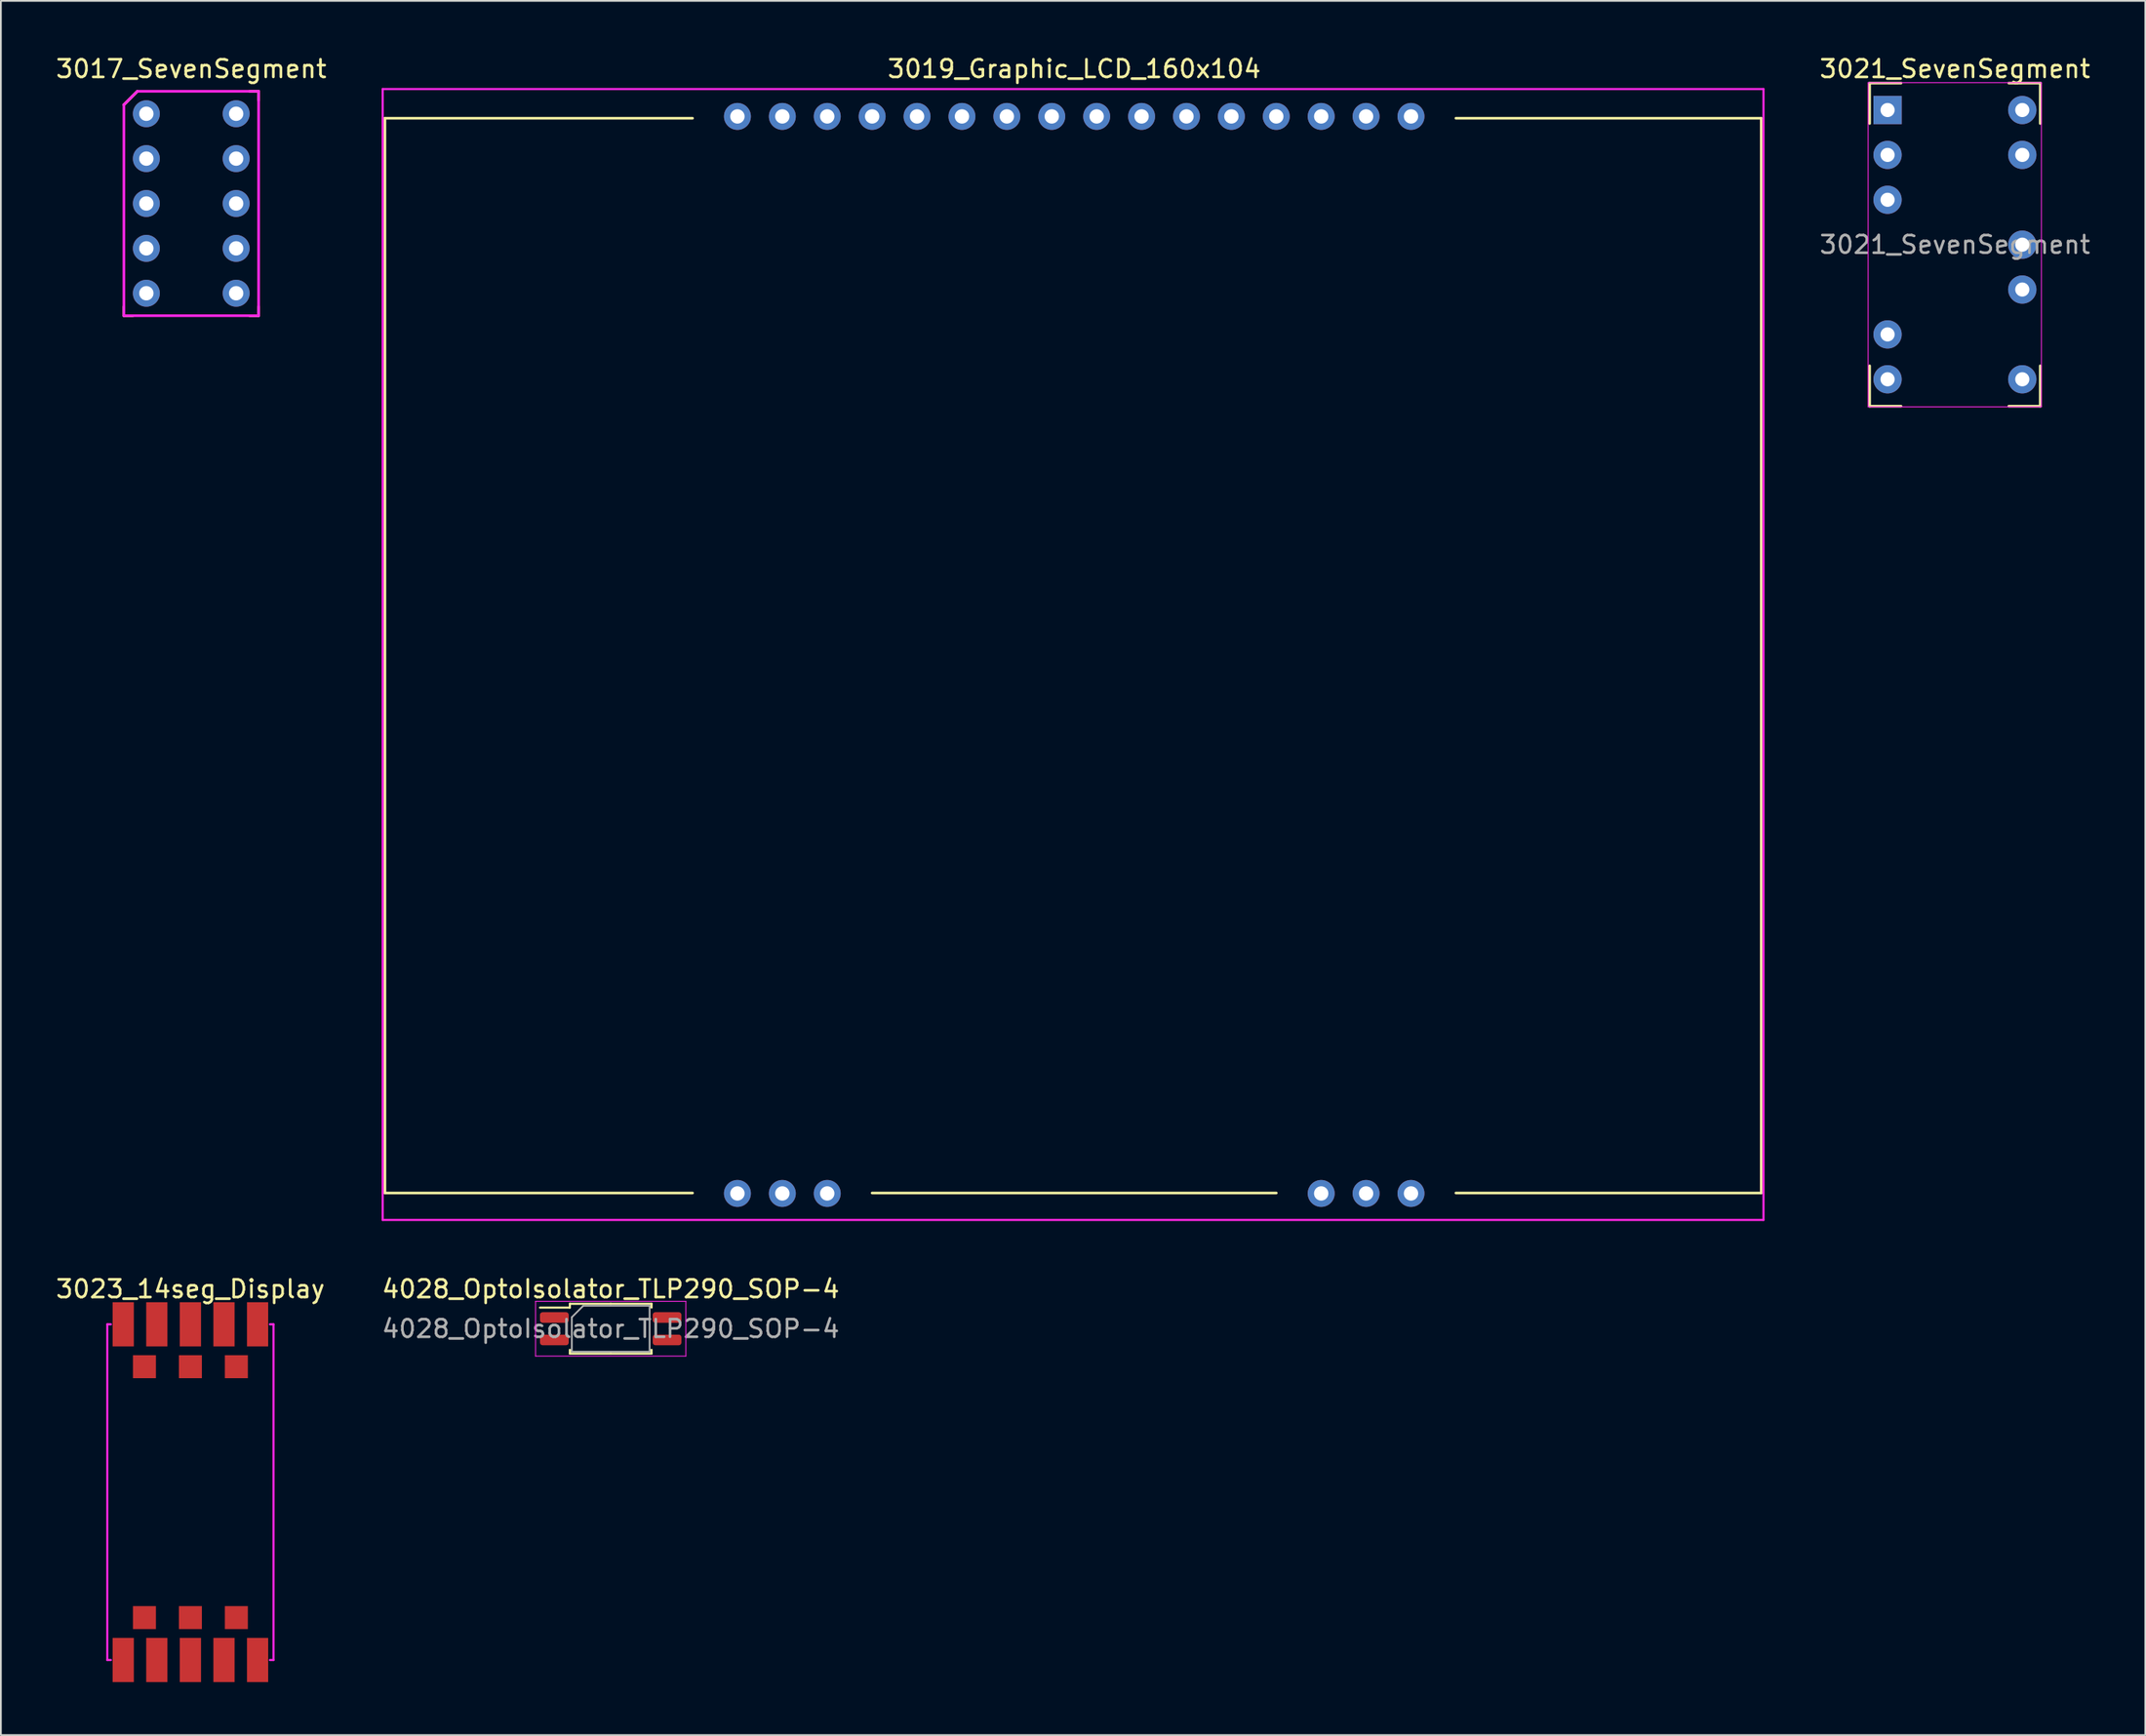
<source format=kicad_pcb>
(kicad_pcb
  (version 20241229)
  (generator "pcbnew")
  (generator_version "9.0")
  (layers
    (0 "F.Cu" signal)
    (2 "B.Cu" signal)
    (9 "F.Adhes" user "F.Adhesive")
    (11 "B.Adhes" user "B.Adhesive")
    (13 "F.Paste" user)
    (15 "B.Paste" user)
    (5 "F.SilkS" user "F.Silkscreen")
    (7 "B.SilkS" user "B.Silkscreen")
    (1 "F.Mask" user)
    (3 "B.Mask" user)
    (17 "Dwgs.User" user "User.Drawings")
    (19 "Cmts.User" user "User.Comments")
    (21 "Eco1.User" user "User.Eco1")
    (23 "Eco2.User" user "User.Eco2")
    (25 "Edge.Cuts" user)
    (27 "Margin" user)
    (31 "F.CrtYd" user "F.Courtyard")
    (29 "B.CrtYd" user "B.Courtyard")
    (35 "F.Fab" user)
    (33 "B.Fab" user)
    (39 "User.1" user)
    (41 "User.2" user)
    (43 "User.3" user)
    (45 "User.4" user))
  (footprint "3017_SevenSegment"
    (layer "F.Cu")
    (at 7.768 8.468)
    (property "Reference" "3017_SevenSegment" (at 0 -7.62 0) (layer "F.SilkS") (effects (font (size 1 1) (thickness 0.15))))
    (attr through_hole)
    (fp_line (start -3.81 -5.588) (end -3.048 -6.35) (stroke (width 0.15) (type solid)) (layer "F.SilkS"))
    (fp_line (start -3.81 6.35) (end -3.81 5.842) (stroke (width 0.15) (type solid)) (layer "F.SilkS"))
    (fp_line (start -3.302 6.35) (end -3.81 6.35) (stroke (width 0.15) (type solid)) (layer "F.SilkS"))
    (fp_line (start 3.302 -6.35) (end 3.81 -6.35) (stroke (width 0.15) (type solid)) (layer "F.SilkS"))
    (fp_line (start 3.302 6.35) (end 3.81 6.35) (stroke (width 0.15) (type solid)) (layer "F.SilkS"))
    (fp_line (start 3.81 -6.35) (end 3.81 -5.842) (stroke (width 0.15) (type solid)) (layer "F.SilkS"))
    (fp_line (start 3.81 6.35) (end 3.81 5.842) (stroke (width 0.15) (type solid)) (layer "F.SilkS"))
    (fp_line (start -3.81 -5.588) (end -3.048 -6.35) (stroke (width 0.15) (type solid)) (layer "F.CrtYd"))
    (fp_line (start -3.81 6.35) (end -3.81 -5.588) (stroke (width 0.15) (type solid)) (layer "F.CrtYd"))
    (fp_line (start -3.048 -6.35) (end 3.81 -6.35) (stroke (width 0.15) (type solid)) (layer "F.CrtYd"))
    (fp_line (start 3.81 -6.35) (end 3.81 6.35) (stroke (width 0.15) (type solid)) (layer "F.CrtYd"))
    (fp_line (start 3.81 6.35) (end -3.81 6.35) (stroke (width 0.15) (type solid)) (layer "F.CrtYd"))
    (pad "1" thru_hole circle (at -2.54 -5.08) (size 1.524 1.524) (drill 0.813) (layers "*.Cu" "*.Mask"))
    (pad "2" thru_hole circle (at -2.54 -2.54) (size 1.524 1.524) (drill 0.813) (layers "*.Cu" "*.Mask"))
    (pad "3" thru_hole circle (at -2.54 0) (size 1.524 1.524) (drill 0.813) (layers "*.Cu" "*.Mask"))
    (pad "4" thru_hole circle (at -2.54 2.54) (size 1.524 1.524) (drill 0.813) (layers "*.Cu" "*.Mask"))
    (pad "5" thru_hole circle (at -2.54 5.08) (size 1.524 1.524) (drill 0.813) (layers "*.Cu" "*.Mask"))
    (pad "6" thru_hole circle (at 2.54 5.08) (size 1.524 1.524) (drill 0.813) (layers "*.Cu" "*.Mask"))
    (pad "7" thru_hole circle (at 2.54 2.54) (size 1.524 1.524) (drill 0.813) (layers "*.Cu" "*.Mask"))
    (pad "8" thru_hole circle (at 2.54 0) (size 1.524 1.524) (drill 0.813) (layers "*.Cu" "*.Mask"))
    (pad "9" thru_hole circle (at 2.54 -2.54) (size 1.524 1.524) (drill 0.813) (layers "*.Cu" "*.Mask"))
    (pad "10" thru_hole circle (at 2.54 -5.08) (size 1.524 1.524) (drill 0.813) (layers "*.Cu" "*.Mask")))
  (footprint "3021_SevenSegment"
    (layer "F.Cu")
    (at 103.719 3.178)
    (property "Reference" "3021_SevenSegment" (at 3.81 -2.33 0) (layer "F.SilkS") (effects (font (size 1 1) (thickness 0.15))))
    (attr through_hole)
    (fp_line (start -1.016 -1.524) (end -1.016 0.762) (stroke (width 0.15) (type solid)) (layer "F.SilkS"))
    (fp_line (start -1.016 -1.524) (end 0.762 -1.524) (stroke (width 0.15) (type solid)) (layer "F.SilkS"))
    (fp_line (start -1.016 14.478) (end -1.016 16.764) (stroke (width 0.15) (type solid)) (layer "F.SilkS"))
    (fp_line (start -1.016 16.764) (end 0.762 16.764) (stroke (width 0.15) (type solid)) (layer "F.SilkS"))
    (fp_line (start 6.858 -1.524) (end 8.636 -1.524) (stroke (width 0.15) (type solid)) (layer "F.SilkS"))
    (fp_line (start 8.636 -1.524) (end 8.636 0.762) (stroke (width 0.15) (type solid)) (layer "F.SilkS"))
    (fp_line (start 8.636 14.478) (end 8.636 16.764) (stroke (width 0.15) (type solid)) (layer "F.SilkS"))
    (fp_line (start 8.636 16.764) (end 6.858 16.764) (stroke (width 0.15) (type solid)) (layer "F.SilkS"))
    (fp_line (start -1.1 -1.55) (end -1.1 16.8) (stroke (width 0.05) (type solid)) (layer "F.CrtYd"))
    (fp_line (start -1.1 16.8) (end 8.7 16.8) (stroke (width 0.05) (type solid)) (layer "F.CrtYd"))
    (fp_line (start 8.7 -1.55) (end -1.1 -1.55) (stroke (width 0.05) (type solid)) (layer "F.CrtYd"))
    (fp_line (start 8.7 16.8) (end 8.7 -1.55) (stroke (width 0.05) (type solid)) (layer "F.CrtYd"))
    (fp_text user "${REFERENCE}" (at 3.81 7.62 0) (layer "F.Fab") (effects (font (size 1 1) (thickness 0.15))))
    (pad "1" thru_hole rect (at 0 0) (size 1.6 1.6) (drill 0.8) (layers "*.Cu" "*.Mask"))
    (pad "2" thru_hole oval (at 0 2.54) (size 1.6 1.6) (drill 0.8) (layers "*.Cu" "*.Mask"))
    (pad "3" thru_hole oval (at 0 5.08) (size 1.6 1.6) (drill 0.8) (layers "*.Cu" "*.Mask"))
    (pad "6" thru_hole oval (at 0 12.7) (size 1.6 1.6) (drill 0.8) (layers "*.Cu" "*.Mask"))
    (pad "7" thru_hole oval (at 0 15.24) (size 1.6 1.6) (drill 0.8) (layers "*.Cu" "*.Mask"))
    (pad "8" thru_hole oval (at 7.62 15.24) (size 1.6 1.6) (drill 0.8) (layers "*.Cu" "*.Mask"))
    (pad "10" thru_hole oval (at 7.62 10.16) (size 1.6 1.6) (drill 0.8) (layers "*.Cu" "*.Mask"))
    (pad "11" thru_hole oval (at 7.62 7.62) (size 1.6 1.6) (drill 0.8) (layers "*.Cu" "*.Mask"))
    (pad "13" thru_hole oval (at 7.62 2.54) (size 1.6 1.6) (drill 0.8) (layers "*.Cu" "*.Mask"))
    (pad "14" thru_hole oval (at 7.62 0) (size 1.6 1.6) (drill 0.8) (layers "*.Cu" "*.Mask")))
  (footprint "4028_OptoIsolator_TLP290_SOP-4"
    (layer "F.Cu")
    (at 31.494 72.157)
    (property "Reference" "4028_OptoIsolator_TLP290_SOP-4" (at 0 -2.25 0) (layer "F.SilkS") (effects (font (size 1 1) (thickness 0.15))))
    (attr smd)
    (fp_line (start -2.31 -1.41) (end -2.31 -1.195) (stroke (width 0.12) (type solid)) (layer "F.SilkS"))
    (fp_line (start -2.31 -1.195) (end -4 -1.195) (stroke (width 0.12) (type solid)) (layer "F.SilkS"))
    (fp_line (start -2.31 1.41) (end -2.31 1.195) (stroke (width 0.12) (type solid)) (layer "F.SilkS"))
    (fp_line (start 0 -1.41) (end -2.31 -1.41) (stroke (width 0.12) (type solid)) (layer "F.SilkS"))
    (fp_line (start 0 -1.41) (end 2.31 -1.41) (stroke (width 0.12) (type solid)) (layer "F.SilkS"))
    (fp_line (start 0 1.41) (end -2.31 1.41) (stroke (width 0.12) (type solid)) (layer "F.SilkS"))
    (fp_line (start 0 1.41) (end 2.31 1.41) (stroke (width 0.12) (type solid)) (layer "F.SilkS"))
    (fp_line (start 2.31 -1.41) (end 2.31 -1.195) (stroke (width 0.12) (type solid)) (layer "F.SilkS"))
    (fp_line (start 2.31 1.41) (end 2.31 1.195) (stroke (width 0.12) (type solid)) (layer "F.SilkS"))
    (fp_line (start -4.25 -1.55) (end -4.25 1.55) (stroke (width 0.05) (type solid)) (layer "F.CrtYd"))
    (fp_line (start -4.25 1.55) (end 4.25 1.55) (stroke (width 0.05) (type solid)) (layer "F.CrtYd"))
    (fp_line (start 4.25 -1.55) (end -4.25 -1.55) (stroke (width 0.05) (type solid)) (layer "F.CrtYd"))
    (fp_line (start 4.25 1.55) (end 4.25 -1.55) (stroke (width 0.05) (type solid)) (layer "F.CrtYd"))
    (fp_line (start -2.2 -0.65) (end -1.55 -1.3) (stroke (width 0.1) (type solid)) (layer "F.Fab"))
    (fp_line (start -2.2 1.3) (end -2.2 -0.65) (stroke (width 0.1) (type solid)) (layer "F.Fab"))
    (fp_line (start -1.55 -1.3) (end 2.2 -1.3) (stroke (width 0.1) (type solid)) (layer "F.Fab"))
    (fp_line (start 2.2 -1.3) (end 2.2 1.3) (stroke (width 0.1) (type solid)) (layer "F.Fab"))
    (fp_line (start 2.2 1.3) (end -2.2 1.3) (stroke (width 0.1) (type solid)) (layer "F.Fab"))
    (fp_text user "${REFERENCE}" (at 0 0 0) (layer "F.Fab") (effects (font (size 1 1) (thickness 0.15))))
    (pad "1" smd roundrect (at -3.188 -0.635) (size 1.625 0.6) (layers "F.Cu" "F.Mask" "F.Paste") (roundrect_rratio 0.25))
    (pad "2" smd roundrect (at -3.188 0.635) (size 1.625 0.6) (layers "F.Cu" "F.Mask" "F.Paste") (roundrect_rratio 0.25))
    (pad "3" smd roundrect (at 3.188 0.635) (size 1.625 0.6) (layers "F.Cu" "F.Mask" "F.Paste") (roundrect_rratio 0.25))
    (pad "4" smd roundrect (at 3.188 -0.635) (size 1.625 0.6) (layers "F.Cu" "F.Mask" "F.Paste") (roundrect_rratio 0.25)))
  (footprint "3019_Graphic_LCD_160x104"
    (layer "F.Cu")
    (at 57.712 37.551)
    (property "Reference" "3019_Graphic_LCD_160x104" (at 0 -36.703 0) (layer "F.SilkS") (effects (font (size 1 1) (thickness 0.15))))
    (attr through_hole)
    (fp_line (start -38.989 -33.909) (end -21.59 -33.909) (stroke (width 0.15) (type solid)) (layer "F.SilkS"))
    (fp_line (start -38.989 26.924) (end -38.989 -33.909) (stroke (width 0.15) (type solid)) (layer "F.SilkS"))
    (fp_line (start -21.59 26.924) (end -38.989 26.924) (stroke (width 0.15) (type solid)) (layer "F.SilkS"))
    (fp_line (start 11.43 26.924) (end -11.43 26.924) (stroke (width 0.15) (type solid)) (layer "F.SilkS"))
    (fp_line (start 21.59 -33.909) (end 38.862 -33.909) (stroke (width 0.15) (type solid)) (layer "F.SilkS"))
    (fp_line (start 38.862 -33.909) (end 38.862 26.924) (stroke (width 0.15) (type solid)) (layer "F.SilkS"))
    (fp_line (start 38.862 26.924) (end 21.59 26.924) (stroke (width 0.15) (type solid)) (layer "F.SilkS"))
    (fp_line (start -39.116 -35.56) (end 38.989 -35.56) (stroke (width 0.12) (type solid)) (layer "F.CrtYd"))
    (fp_line (start -39.116 -3.556) (end -39.116 -35.56) (stroke (width 0.12) (type solid)) (layer "F.CrtYd"))
    (fp_line (start -39.116 28.448) (end -39.116 -3.556) (stroke (width 0.12) (type solid)) (layer "F.CrtYd"))
    (fp_line (start 38.989 -35.56) (end 38.989 28.448) (stroke (width 0.12) (type solid)) (layer "F.CrtYd"))
    (fp_line (start 38.989 28.448) (end -39.116 28.448) (stroke (width 0.12) (type solid)) (layer "F.CrtYd"))
    (pad "1" thru_hole circle (at -19.05 26.949) (size 1.524 1.524) (drill 0.813) (layers "*.Cu" "*.Mask"))
    (pad "2" thru_hole circle (at -16.51 26.949) (size 1.524 1.524) (drill 0.813) (layers "*.Cu" "*.Mask"))
    (pad "3" thru_hole circle (at -13.97 26.949) (size 1.524 1.524) (drill 0.813) (layers "*.Cu" "*.Mask"))
    (pad "14" thru_hole circle (at 13.97 26.949) (size 1.524 1.524) (drill 0.813) (layers "*.Cu" "*.Mask"))
    (pad "15" thru_hole circle (at 16.51 26.949) (size 1.524 1.524) (drill 0.813) (layers "*.Cu" "*.Mask"))
    (pad "16" thru_hole circle (at 19.05 26.949) (size 1.524 1.524) (drill 0.813) (layers "*.Cu" "*.Mask"))
    (pad "17" thru_hole circle (at 19.05 -34.011) (size 1.524 1.524) (drill 0.813) (layers "*.Cu" "*.Mask"))
    (pad "18" thru_hole circle (at 16.51 -34.011) (size 1.524 1.524) (drill 0.813) (layers "*.Cu" "*.Mask"))
    (pad "19" thru_hole circle (at 13.97 -34.011) (size 1.524 1.524) (drill 0.813) (layers "*.Cu" "*.Mask"))
    (pad "20" thru_hole circle (at 11.43 -34.011) (size 1.524 1.524) (drill 0.813) (layers "*.Cu" "*.Mask"))
    (pad "21" thru_hole circle (at 8.89 -34.011) (size 1.524 1.524) (drill 0.813) (layers "*.Cu" "*.Mask"))
    (pad "22" thru_hole circle (at 6.35 -34.011) (size 1.524 1.524) (drill 0.813) (layers "*.Cu" "*.Mask"))
    (pad "23" thru_hole circle (at 3.81 -34.011) (size 1.524 1.524) (drill 0.813) (layers "*.Cu" "*.Mask"))
    (pad "24" thru_hole circle (at 1.27 -34.011) (size 1.524 1.524) (drill 0.813) (layers "*.Cu" "*.Mask"))
    (pad "25" thru_hole circle (at -1.27 -34.011) (size 1.524 1.524) (drill 0.813) (layers "*.Cu" "*.Mask"))
    (pad "26" thru_hole circle (at -3.81 -34.011) (size 1.524 1.524) (drill 0.813) (layers "*.Cu" "*.Mask"))
    (pad "27" thru_hole circle (at -6.35 -34.011) (size 1.524 1.524) (drill 0.813) (layers "*.Cu" "*.Mask"))
    (pad "28" thru_hole circle (at -8.89 -34.011) (size 1.524 1.524) (drill 0.813) (layers "*.Cu" "*.Mask"))
    (pad "29" thru_hole circle (at -11.43 -34.011) (size 1.524 1.524) (drill 0.813) (layers "*.Cu" "*.Mask"))
    (pad "30" thru_hole circle (at -13.97 -34.011) (size 1.524 1.524) (drill 0.813) (layers "*.Cu" "*.Mask"))
    (pad "31" thru_hole circle (at -16.51 -34.011) (size 1.524 1.524) (drill 0.813) (layers "*.Cu" "*.Mask"))
    (pad "32" thru_hole circle (at -19.05 -34.011) (size 1.524 1.524) (drill 0.813) (layers "*.Cu" "*.Mask")))
  (footprint "3023_14seg_Display"
    (layer "F.Cu")
    (at 7.72 81.407)
    (property "Reference" "3023_14seg_Display" (at 0 -11.5 0) (layer "F.SilkS") (effects (font (size 1 1) (thickness 0.15))))
    (attr through_hole)
    (fp_line (start -4.7 -9.5) (end -4.7 9.5) (stroke (width 0.12) (type solid)) (layer "F.CrtYd"))
    (fp_line (start -4.7 -9.5) (end -4.5 -9.5) (stroke (width 0.12) (type solid)) (layer "F.CrtYd"))
    (fp_line (start -4.7 9.5) (end -4.5 9.5) (stroke (width 0.12) (type solid)) (layer "F.CrtYd"))
    (fp_line (start 4.7 -9.5) (end 4.5 -9.5) (stroke (width 0.12) (type solid)) (layer "F.CrtYd"))
    (fp_line (start 4.7 -9.5) (end 4.7 9.5) (stroke (width 0.12) (type solid)) (layer "F.CrtYd"))
    (fp_line (start 4.7 9.5) (end 4.5 9.5) (stroke (width 0.12) (type solid)) (layer "F.CrtYd"))
    (pad "1" smd rect (at -3.8 9.5) (size 1.2 2.5) (layers "F.Cu" "F.Mask" "F.Paste"))
    (pad "2" smd rect (at -1.9 9.5) (size 1.2 2.5) (layers "F.Cu" "F.Mask" "F.Paste"))
    (pad "3" smd rect (at 0 9.5) (size 1.2 2.5) (layers "F.Cu" "F.Mask" "F.Paste"))
    (pad "4" smd rect (at 1.9 9.5) (size 1.2 2.5) (layers "F.Cu" "F.Mask" "F.Paste"))
    (pad "5" smd rect (at 3.8 9.5) (size 1.2 2.5) (layers "F.Cu" "F.Mask" "F.Paste"))
    (pad "6" smd rect (at 2.6 7.1) (size 1.3 1.3) (layers "F.Cu" "F.Mask" "F.Paste"))
    (pad "7" smd rect (at 0 7.1) (size 1.3 1.3) (layers "F.Cu" "F.Mask" "F.Paste"))
    (pad "8" smd rect (at -2.6 7.1) (size 1.3 1.3) (layers "F.Cu" "F.Mask" "F.Paste"))
    (pad "9" smd rect (at -2.6 -7.1) (size 1.3 1.3) (layers "F.Cu" "F.Mask" "F.Paste"))
    (pad "10" smd rect (at 0 -7.1) (size 1.3 1.3) (layers "F.Cu" "F.Mask" "F.Paste"))
    (pad "11" smd rect (at 2.6 -7.1) (size 1.3 1.3) (layers "F.Cu" "F.Mask" "F.Paste"))
    (pad "12" smd rect (at 3.8 -9.5) (size 1.2 2.5) (layers "F.Cu" "F.Mask" "F.Paste"))
    (pad "13" smd rect (at 1.9 -9.5) (size 1.2 2.5) (layers "F.Cu" "F.Mask" "F.Paste"))
    (pad "14" smd rect (at 0 -9.5) (size 1.2 2.5) (layers "F.Cu" "F.Mask" "F.Paste"))
    (pad "15" smd rect (at -1.9 -9.5) (size 1.2 2.5) (layers "F.Cu" "F.Mask" "F.Paste"))
    (pad "16" smd rect (at -3.8 -9.5) (size 1.2 2.5) (layers "F.Cu" "F.Mask" "F.Paste")))
  (gr_rect
    (start -3 -3)
    (end 118.296 95.157)
    (stroke (width 0.1) (type default))
    (fill no)
    (layer "Edge.Cuts")))
</source>
